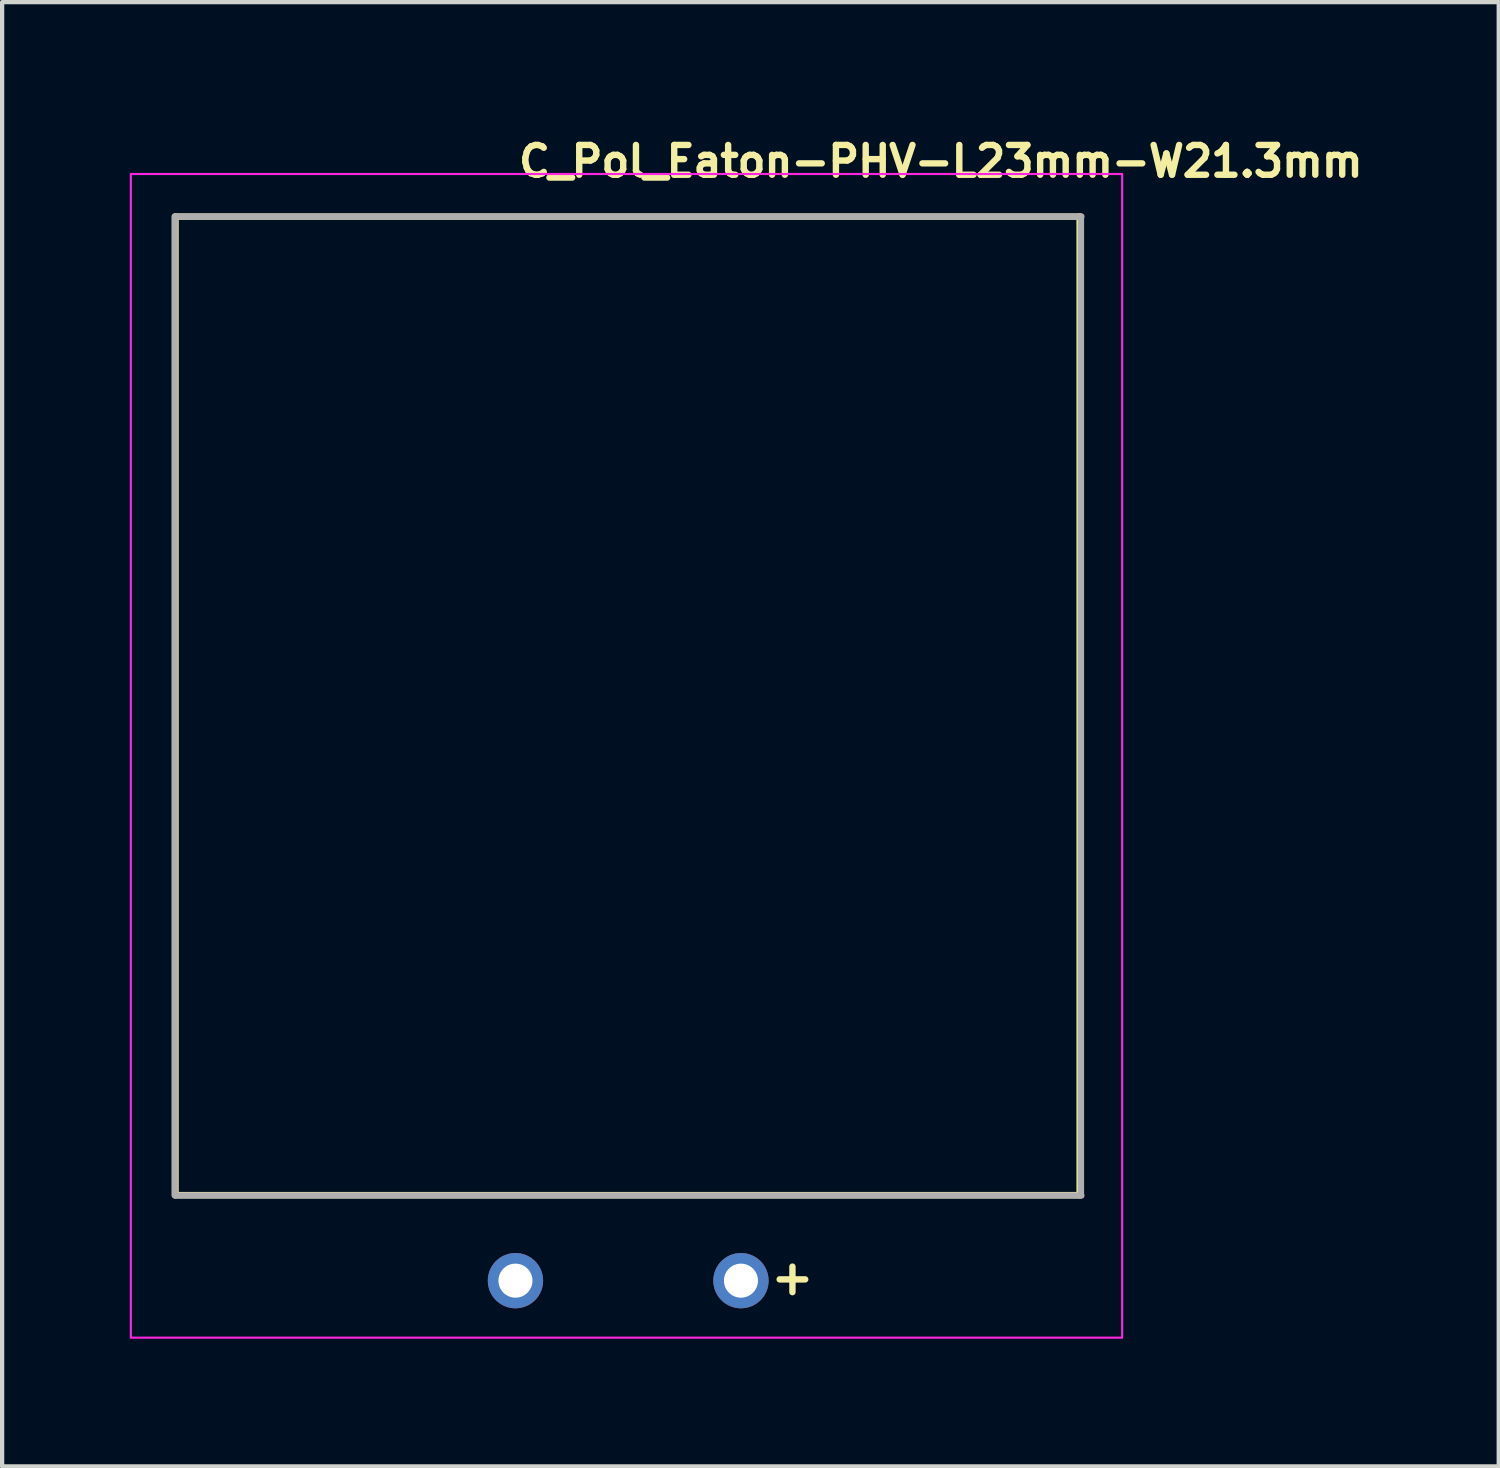
<source format=kicad_pcb>
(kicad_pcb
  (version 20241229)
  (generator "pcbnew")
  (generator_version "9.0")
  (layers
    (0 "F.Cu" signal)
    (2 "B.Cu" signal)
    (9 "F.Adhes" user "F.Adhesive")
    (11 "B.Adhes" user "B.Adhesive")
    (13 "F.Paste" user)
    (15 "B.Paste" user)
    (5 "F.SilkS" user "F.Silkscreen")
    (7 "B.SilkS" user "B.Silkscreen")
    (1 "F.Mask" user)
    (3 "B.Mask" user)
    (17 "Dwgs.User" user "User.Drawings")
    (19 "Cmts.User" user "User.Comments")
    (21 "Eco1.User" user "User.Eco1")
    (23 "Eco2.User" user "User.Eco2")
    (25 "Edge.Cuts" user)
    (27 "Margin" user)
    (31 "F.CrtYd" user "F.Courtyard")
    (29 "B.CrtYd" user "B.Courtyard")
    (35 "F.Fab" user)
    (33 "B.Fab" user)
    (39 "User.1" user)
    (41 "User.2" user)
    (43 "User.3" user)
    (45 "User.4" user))
  (footprint "C_Pol_Eaton-PHV-L23mm-W21.3mm"
    (layer "F.Cu")
    (at 9.065 27.05)
    (property "Reference" "C_Pol_Eaton-PHV-L23mm-W21.3mm" (at 0 -25.9 0) (layer "F.SilkS") (effects (font (size 0.7 0.7) (thickness 0.15)) (justify left bottom)))
    (attr through_hole)
    (fp_line (start -7.99 -25.01) (end 13.26 -25.01) (stroke (width 0.15) (type solid)) (layer "F.SilkS"))
    (fp_line (start -7.99 -2.01) (end -7.99 -25.01) (stroke (width 0.15) (type solid)) (layer "F.SilkS"))
    (fp_line (start 6.51 -0.33) (end 6.51 0.27) (stroke (width 0.15) (type solid)) (layer "F.SilkS"))
    (fp_line (start 6.81 -0.03) (end 6.21 -0.03) (stroke (width 0.15) (type solid)) (layer "F.SilkS"))
    (fp_line (start 13.26 -25.01) (end 13.26 -2.01) (stroke (width 0.15) (type solid)) (layer "F.SilkS"))
    (fp_line (start 13.26 -2.01) (end -7.99 -2.01) (stroke (width 0.15) (type solid)) (layer "F.SilkS"))
    (fp_rect (start -9.04 -26.01) (end 14.26 1.34) (stroke (width 0.05) (type solid)) (fill no) (layer "F.CrtYd"))
    (fp_line (start -8.01 -2.01) (end -8.01 -25.01) (stroke (width 0.15) (type solid)) (layer "F.Fab"))
    (fp_line (start -8 -25.01) (end 13.3 -25.01) (stroke (width 0.15) (type solid)) (layer "F.Fab"))
    (fp_line (start 13.29 -25.01) (end 13.29 -2.01) (stroke (width 0.15) (type solid)) (layer "F.Fab"))
    (fp_line (start 13.3 -2) (end -8 -2) (stroke (width 0.15) (type solid)) (layer "F.Fab"))
    (fp_rect (start -8.04 -25.01) (end 13.26 -0.01) (stroke (width 0.1) (type solid)) (fill no) (layer "User.5"))
    (fp_line (start -8.02 -25) (end 13.28 -25) (stroke (width 0.02) (type solid)) (layer "User.9"))
    (fp_line (start -8.02 -2) (end -8.02 -25) (stroke (width 0.02) (type solid)) (layer "User.9"))
    (fp_line (start -0.299 -0.015) (end -0.299 0) (stroke (width 0.02) (type solid)) (layer "User.9"))
    (fp_line (start -0.299 0) (end -0.299 0) (stroke (width 0.02) (type solid)) (layer "User.9"))
    (fp_line (start -0.299 0) (end -0.299 0.015) (stroke (width 0.02) (type solid)) (layer "User.9"))
    (fp_line (start -0.299 0.015) (end -0.298 0.03) (stroke (width 0.02) (type solid)) (layer "User.9"))
    (fp_line (start -0.298 -0.03) (end -0.299 -0.015) (stroke (width 0.02) (type solid)) (layer "User.9"))
    (fp_line (start -0.298 0.03) (end -0.296 0.045) (stroke (width 0.02) (type solid)) (layer "User.9"))
    (fp_line (start -0.296 -0.045) (end -0.298 -0.03) (stroke (width 0.02) (type solid)) (layer "User.9"))
    (fp_line (start -0.296 0.045) (end -0.293 0.06) (stroke (width 0.02) (type solid)) (layer "User.9"))
    (fp_line (start -0.293 -0.06) (end -0.296 -0.045) (stroke (width 0.02) (type solid)) (layer "User.9"))
    (fp_line (start -0.293 0.06) (end -0.29 0.074) (stroke (width 0.02) (type solid)) (layer "User.9"))
    (fp_line (start -0.29 -0.074) (end -0.293 -0.06) (stroke (width 0.02) (type solid)) (layer "User.9"))
    (fp_line (start -0.29 0.074) (end -0.286 0.089) (stroke (width 0.02) (type solid)) (layer "User.9"))
    (fp_line (start -0.286 -0.089) (end -0.29 -0.074) (stroke (width 0.02) (type solid)) (layer "User.9"))
    (fp_line (start -0.286 0.089) (end -0.281 0.103) (stroke (width 0.02) (type solid)) (layer "User.9"))
    (fp_line (start -0.281 -0.103) (end -0.286 -0.089) (stroke (width 0.02) (type solid)) (layer "User.9"))
    (fp_line (start -0.281 0.103) (end -0.276 0.116) (stroke (width 0.02) (type solid)) (layer "User.9"))
    (fp_line (start -0.276 -0.116) (end -0.281 -0.103) (stroke (width 0.02) (type solid)) (layer "User.9"))
    (fp_line (start -0.276 0.116) (end -0.27 0.13) (stroke (width 0.02) (type solid)) (layer "User.9"))
    (fp_line (start -0.27 -0.13) (end -0.276 -0.116) (stroke (width 0.02) (type solid)) (layer "User.9"))
    (fp_line (start -0.27 0.13) (end -0.262 0.142) (stroke (width 0.02) (type solid)) (layer "User.9"))
    (fp_line (start -0.262 -0.142) (end -0.27 -0.13) (stroke (width 0.02) (type solid)) (layer "User.9"))
    (fp_line (start -0.262 0.142) (end -0.256 0.155) (stroke (width 0.02) (type solid)) (layer "User.9"))
    (fp_line (start -0.256 -0.155) (end -0.262 -0.142) (stroke (width 0.02) (type solid)) (layer "User.9"))
    (fp_line (start -0.256 0.155) (end -0.248 0.167) (stroke (width 0.02) (type solid)) (layer "User.9"))
    (fp_line (start -0.248 -0.167) (end -0.256 -0.155) (stroke (width 0.02) (type solid)) (layer "User.9"))
    (fp_line (start -0.248 0.167) (end -0.24 0.179) (stroke (width 0.02) (type solid)) (layer "User.9"))
    (fp_line (start -0.24 -0.179) (end -0.248 -0.167) (stroke (width 0.02) (type solid)) (layer "User.9"))
    (fp_line (start -0.24 0.179) (end -0.23 0.19) (stroke (width 0.02) (type solid)) (layer "User.9"))
    (fp_line (start -0.23 -0.19) (end -0.24 -0.179) (stroke (width 0.02) (type solid)) (layer "User.9"))
    (fp_line (start -0.23 0.19) (end -0.222 0.201) (stroke (width 0.02) (type solid)) (layer "User.9"))
    (fp_line (start -0.222 -0.201) (end -0.23 -0.19) (stroke (width 0.02) (type solid)) (layer "User.9"))
    (fp_line (start -0.222 0.201) (end -0.212 0.212) (stroke (width 0.02) (type solid)) (layer "User.9"))
    (fp_line (start -0.212 -0.212) (end -0.222 -0.201) (stroke (width 0.02) (type solid)) (layer "User.9"))
    (fp_line (start -0.212 0.212) (end -0.201 0.222) (stroke (width 0.02) (type solid)) (layer "User.9"))
    (fp_line (start -0.201 -0.222) (end -0.212 -0.212) (stroke (width 0.02) (type solid)) (layer "User.9"))
    (fp_line (start -0.201 0.222) (end -0.19 0.231) (stroke (width 0.02) (type solid)) (layer "User.9"))
    (fp_line (start -0.19 -0.231) (end -0.201 -0.222) (stroke (width 0.02) (type solid)) (layer "User.9"))
    (fp_line (start -0.19 0.231) (end -0.179 0.24) (stroke (width 0.02) (type solid)) (layer "User.9"))
    (fp_line (start -0.179 -0.24) (end -0.19 -0.231) (stroke (width 0.02) (type solid)) (layer "User.9"))
    (fp_line (start -0.179 0.24) (end -0.167 0.248) (stroke (width 0.02) (type solid)) (layer "User.9"))
    (fp_line (start -0.167 -0.248) (end -0.179 -0.24) (stroke (width 0.02) (type solid)) (layer "User.9"))
    (fp_line (start -0.167 0.248) (end -0.155 0.256) (stroke (width 0.02) (type solid)) (layer "User.9"))
    (fp_line (start -0.155 -0.256) (end -0.167 -0.248) (stroke (width 0.02) (type solid)) (layer "User.9"))
    (fp_line (start -0.155 0.256) (end -0.142 0.263) (stroke (width 0.02) (type solid)) (layer "User.9"))
    (fp_line (start -0.142 -0.263) (end -0.155 -0.256) (stroke (width 0.02) (type solid)) (layer "User.9"))
    (fp_line (start -0.142 0.263) (end -0.129 0.27) (stroke (width 0.02) (type solid)) (layer "User.9"))
    (fp_line (start -0.129 -0.27) (end -0.142 -0.263) (stroke (width 0.02) (type solid)) (layer "User.9"))
    (fp_line (start -0.129 0.27) (end -0.116 0.276) (stroke (width 0.02) (type solid)) (layer "User.9"))
    (fp_line (start -0.116 -0.276) (end -0.129 -0.27) (stroke (width 0.02) (type solid)) (layer "User.9"))
    (fp_line (start -0.116 0.276) (end -0.103 0.281) (stroke (width 0.02) (type solid)) (layer "User.9"))
    (fp_line (start -0.103 -0.281) (end -0.116 -0.276) (stroke (width 0.02) (type solid)) (layer "User.9"))
    (fp_line (start -0.103 0.281) (end -0.089 0.286) (stroke (width 0.02) (type solid)) (layer "User.9"))
    (fp_line (start -0.089 -0.286) (end -0.103 -0.281) (stroke (width 0.02) (type solid)) (layer "User.9"))
    (fp_line (start -0.089 0.286) (end -0.074 0.29) (stroke (width 0.02) (type solid)) (layer "User.9"))
    (fp_line (start -0.074 -0.29) (end -0.089 -0.286) (stroke (width 0.02) (type solid)) (layer "User.9"))
    (fp_line (start -0.074 0.29) (end -0.06 0.293) (stroke (width 0.02) (type solid)) (layer "User.9"))
    (fp_line (start -0.06 -0.293) (end -0.074 -0.29) (stroke (width 0.02) (type solid)) (layer "User.9"))
    (fp_line (start -0.06 0.293) (end -0.044 0.296) (stroke (width 0.02) (type solid)) (layer "User.9"))
    (fp_line (start -0.044 -0.296) (end -0.06 -0.293) (stroke (width 0.02) (type solid)) (layer "User.9"))
    (fp_line (start -0.044 0.296) (end -0.03 0.298) (stroke (width 0.02) (type solid)) (layer "User.9"))
    (fp_line (start -0.03 -0.298) (end -0.044 -0.296) (stroke (width 0.02) (type solid)) (layer "User.9"))
    (fp_line (start -0.03 0.298) (end -0.015 0.299) (stroke (width 0.02) (type solid)) (layer "User.9"))
    (fp_line (start -0.015 -0.299) (end -0.03 -0.298) (stroke (width 0.02) (type solid)) (layer "User.9"))
    (fp_line (start -0.015 0.299) (end 0 0.3) (stroke (width 0.02) (type solid)) (layer "User.9"))
    (fp_line (start 0 -0.3) (end -0.015 -0.299) (stroke (width 0.02) (type solid)) (layer "User.9"))
    (fp_line (start 0 -0.3) (end 0 -0.3) (stroke (width 0.02) (type solid)) (layer "User.9"))
    (fp_line (start 0 0.3) (end 0 0.3) (stroke (width 0.02) (type solid)) (layer "User.9"))
    (fp_line (start 0 0.3) (end 0.016 0.299) (stroke (width 0.02) (type solid)) (layer "User.9"))
    (fp_line (start 0.016 -0.299) (end 0 -0.3) (stroke (width 0.02) (type solid)) (layer "User.9"))
    (fp_line (start 0.016 0.299) (end 0.03 0.298) (stroke (width 0.02) (type solid)) (layer "User.9"))
    (fp_line (start 0.03 -0.298) (end 0.016 -0.299) (stroke (width 0.02) (type solid)) (layer "User.9"))
    (fp_line (start 0.03 0.298) (end 0.045 0.296) (stroke (width 0.02) (type solid)) (layer "User.9"))
    (fp_line (start 0.045 -0.296) (end 0.03 -0.298) (stroke (width 0.02) (type solid)) (layer "User.9"))
    (fp_line (start 0.045 0.296) (end 0.06 0.293) (stroke (width 0.02) (type solid)) (layer "User.9"))
    (fp_line (start 0.06 -0.293) (end 0.045 -0.296) (stroke (width 0.02) (type solid)) (layer "User.9"))
    (fp_line (start 0.06 0.293) (end 0.074 0.29) (stroke (width 0.02) (type solid)) (layer "User.9"))
    (fp_line (start 0.074 -0.29) (end 0.06 -0.293) (stroke (width 0.02) (type solid)) (layer "User.9"))
    (fp_line (start 0.074 0.29) (end 0.089 0.286) (stroke (width 0.02) (type solid)) (layer "User.9"))
    (fp_line (start 0.089 -0.286) (end 0.074 -0.29) (stroke (width 0.02) (type solid)) (layer "User.9"))
    (fp_line (start 0.089 0.286) (end 0.104 0.281) (stroke (width 0.02) (type solid)) (layer "User.9"))
    (fp_line (start 0.104 -0.281) (end 0.089 -0.286) (stroke (width 0.02) (type solid)) (layer "User.9"))
    (fp_line (start 0.104 0.281) (end 0.116 0.276) (stroke (width 0.02) (type solid)) (layer "User.9"))
    (fp_line (start 0.116 -0.276) (end 0.104 -0.281) (stroke (width 0.02) (type solid)) (layer "User.9"))
    (fp_line (start 0.116 0.276) (end 0.13 0.27) (stroke (width 0.02) (type solid)) (layer "User.9"))
    (fp_line (start 0.13 -0.27) (end 0.116 -0.276) (stroke (width 0.02) (type solid)) (layer "User.9"))
    (fp_line (start 0.13 0.27) (end 0.142 0.263) (stroke (width 0.02) (type solid)) (layer "User.9"))
    (fp_line (start 0.142 -0.263) (end 0.13 -0.27) (stroke (width 0.02) (type solid)) (layer "User.9"))
    (fp_line (start 0.142 0.263) (end 0.155 0.256) (stroke (width 0.02) (type solid)) (layer "User.9"))
    (fp_line (start 0.155 -0.256) (end 0.142 -0.263) (stroke (width 0.02) (type solid)) (layer "User.9"))
    (fp_line (start 0.155 0.256) (end 0.168 0.248) (stroke (width 0.02) (type solid)) (layer "User.9"))
    (fp_line (start 0.168 -0.248) (end 0.155 -0.256) (stroke (width 0.02) (type solid)) (layer "User.9"))
    (fp_line (start 0.168 0.248) (end 0.179 0.24) (stroke (width 0.02) (type solid)) (layer "User.9"))
    (fp_line (start 0.179 -0.24) (end 0.168 -0.248) (stroke (width 0.02) (type solid)) (layer "User.9"))
    (fp_line (start 0.179 0.24) (end 0.19 0.231) (stroke (width 0.02) (type solid)) (layer "User.9"))
    (fp_line (start 0.19 -0.231) (end 0.179 -0.24) (stroke (width 0.02) (type solid)) (layer "User.9"))
    (fp_line (start 0.19 0.231) (end 0.201 0.222) (stroke (width 0.02) (type solid)) (layer "User.9"))
    (fp_line (start 0.201 -0.222) (end 0.19 -0.231) (stroke (width 0.02) (type solid)) (layer "User.9"))
    (fp_line (start 0.201 0.222) (end 0.213 0.212) (stroke (width 0.02) (type solid)) (layer "User.9"))
    (fp_line (start 0.213 -0.212) (end 0.201 -0.222) (stroke (width 0.02) (type solid)) (layer "User.9"))
    (fp_line (start 0.213 0.212) (end 0.222 0.201) (stroke (width 0.02) (type solid)) (layer "User.9"))
    (fp_line (start 0.222 -0.201) (end 0.213 -0.212) (stroke (width 0.02) (type solid)) (layer "User.9"))
    (fp_line (start 0.222 0.201) (end 0.231 0.19) (stroke (width 0.02) (type solid)) (layer "User.9"))
    (fp_line (start 0.231 -0.19) (end 0.222 -0.201) (stroke (width 0.02) (type solid)) (layer "User.9"))
    (fp_line (start 0.231 0.19) (end 0.24 0.179) (stroke (width 0.02) (type solid)) (layer "User.9"))
    (fp_line (start 0.24 -0.179) (end 0.231 -0.19) (stroke (width 0.02) (type solid)) (layer "User.9"))
    (fp_line (start 0.24 0.179) (end 0.248 0.167) (stroke (width 0.02) (type solid)) (layer "User.9"))
    (fp_line (start 0.248 -0.167) (end 0.24 -0.179) (stroke (width 0.02) (type solid)) (layer "User.9"))
    (fp_line (start 0.248 0.167) (end 0.256 0.155) (stroke (width 0.02) (type solid)) (layer "User.9"))
    (fp_line (start 0.256 -0.155) (end 0.248 -0.167) (stroke (width 0.02) (type solid)) (layer "User.9"))
    (fp_line (start 0.256 0.155) (end 0.263 0.142) (stroke (width 0.02) (type solid)) (layer "User.9"))
    (fp_line (start 0.263 -0.142) (end 0.256 -0.155) (stroke (width 0.02) (type solid)) (layer "User.9"))
    (fp_line (start 0.263 0.142) (end 0.27 0.13) (stroke (width 0.02) (type solid)) (layer "User.9"))
    (fp_line (start 0.27 -0.13) (end 0.263 -0.142) (stroke (width 0.02) (type solid)) (layer "User.9"))
    (fp_line (start 0.27 0.13) (end 0.277 0.116) (stroke (width 0.02) (type solid)) (layer "User.9"))
    (fp_line (start 0.277 -0.116) (end 0.27 -0.13) (stroke (width 0.02) (type solid)) (layer "User.9"))
    (fp_line (start 0.277 0.116) (end 0.282 0.103) (stroke (width 0.02) (type solid)) (layer "User.9"))
    (fp_line (start 0.282 -0.103) (end 0.277 -0.116) (stroke (width 0.02) (type solid)) (layer "User.9"))
    (fp_line (start 0.282 0.103) (end 0.286 0.089) (stroke (width 0.02) (type solid)) (layer "User.9"))
    (fp_line (start 0.286 -0.089) (end 0.282 -0.103) (stroke (width 0.02) (type solid)) (layer "User.9"))
    (fp_line (start 0.286 0.089) (end 0.29 0.074) (stroke (width 0.02) (type solid)) (layer "User.9"))
    (fp_line (start 0.29 -0.074) (end 0.286 -0.089) (stroke (width 0.02) (type solid)) (layer "User.9"))
    (fp_line (start 0.29 0.074) (end 0.293 0.06) (stroke (width 0.02) (type solid)) (layer "User.9"))
    (fp_line (start 0.293 -0.06) (end 0.29 -0.074) (stroke (width 0.02) (type solid)) (layer "User.9"))
    (fp_line (start 0.293 0.06) (end 0.296 0.045) (stroke (width 0.02) (type solid)) (layer "User.9"))
    (fp_line (start 0.296 -0.045) (end 0.293 -0.06) (stroke (width 0.02) (type solid)) (layer "User.9"))
    (fp_line (start 0.296 0.045) (end 0.298 0.03) (stroke (width 0.02) (type solid)) (layer "User.9"))
    (fp_line (start 0.298 -0.03) (end 0.296 -0.045) (stroke (width 0.02) (type solid)) (layer "User.9"))
    (fp_line (start 0.298 0.03) (end 0.299 0.015) (stroke (width 0.02) (type solid)) (layer "User.9"))
    (fp_line (start 0.299 -0.015) (end 0.298 -0.03) (stroke (width 0.02) (type solid)) (layer "User.9"))
    (fp_line (start 0.299 0) (end 0.299 -0.015) (stroke (width 0.02) (type solid)) (layer "User.9"))
    (fp_line (start 0.299 0) (end 0.299 0) (stroke (width 0.02) (type solid)) (layer "User.9"))
    (fp_line (start 0.299 0) (end 0.299 0) (stroke (width 0.02) (type solid)) (layer "User.9"))
    (fp_line (start 0.299 0.015) (end 0.299 0) (stroke (width 0.02) (type solid)) (layer "User.9"))
    (fp_line (start 5 -0.015) (end 5 0) (stroke (width 0.02) (type solid)) (layer "User.9"))
    (fp_line (start 5 0) (end 5 0) (stroke (width 0.02) (type solid)) (layer "User.9"))
    (fp_line (start 5 0) (end 5 0.015) (stroke (width 0.02) (type solid)) (layer "User.9"))
    (fp_line (start 5 0.015) (end 5.002 0.03) (stroke (width 0.02) (type solid)) (layer "User.9"))
    (fp_line (start 5.002 -0.03) (end 5 -0.015) (stroke (width 0.02) (type solid)) (layer "User.9"))
    (fp_line (start 5.002 0.03) (end 5.003 0.045) (stroke (width 0.02) (type solid)) (layer "User.9"))
    (fp_line (start 5.003 -0.045) (end 5.002 -0.03) (stroke (width 0.02) (type solid)) (layer "User.9"))
    (fp_line (start 5.003 0.045) (end 5.007 0.06) (stroke (width 0.02) (type solid)) (layer "User.9"))
    (fp_line (start 5.007 -0.06) (end 5.003 -0.045) (stroke (width 0.02) (type solid)) (layer "User.9"))
    (fp_line (start 5.007 0.06) (end 5.01 0.074) (stroke (width 0.02) (type solid)) (layer "User.9"))
    (fp_line (start 5.01 -0.074) (end 5.007 -0.06) (stroke (width 0.02) (type solid)) (layer "User.9"))
    (fp_line (start 5.01 0.074) (end 5.013 0.089) (stroke (width 0.02) (type solid)) (layer "User.9"))
    (fp_line (start 5.013 -0.089) (end 5.01 -0.074) (stroke (width 0.02) (type solid)) (layer "User.9"))
    (fp_line (start 5.013 0.089) (end 5.019 0.103) (stroke (width 0.02) (type solid)) (layer "User.9"))
    (fp_line (start 5.019 -0.103) (end 5.013 -0.089) (stroke (width 0.02) (type solid)) (layer "User.9"))
    (fp_line (start 5.019 0.103) (end 5.024 0.116) (stroke (width 0.02) (type solid)) (layer "User.9"))
    (fp_line (start 5.024 -0.116) (end 5.019 -0.103) (stroke (width 0.02) (type solid)) (layer "User.9"))
    (fp_line (start 5.024 0.116) (end 5.029 0.13) (stroke (width 0.02) (type solid)) (layer "User.9"))
    (fp_line (start 5.029 -0.13) (end 5.024 -0.116) (stroke (width 0.02) (type solid)) (layer "User.9"))
    (fp_line (start 5.029 0.13) (end 5.037 0.142) (stroke (width 0.02) (type solid)) (layer "User.9"))
    (fp_line (start 5.037 -0.142) (end 5.029 -0.13) (stroke (width 0.02) (type solid)) (layer "User.9"))
    (fp_line (start 5.037 0.142) (end 5.043 0.155) (stroke (width 0.02) (type solid)) (layer "User.9"))
    (fp_line (start 5.043 -0.155) (end 5.037 -0.142) (stroke (width 0.02) (type solid)) (layer "User.9"))
    (fp_line (start 5.043 0.155) (end 5.051 0.167) (stroke (width 0.02) (type solid)) (layer "User.9"))
    (fp_line (start 5.051 -0.167) (end 5.043 -0.155) (stroke (width 0.02) (type solid)) (layer "User.9"))
    (fp_line (start 5.051 0.167) (end 5.059 0.179) (stroke (width 0.02) (type solid)) (layer "User.9"))
    (fp_line (start 5.059 -0.179) (end 5.051 -0.167) (stroke (width 0.02) (type solid)) (layer "User.9"))
    (fp_line (start 5.059 0.179) (end 5.069 0.19) (stroke (width 0.02) (type solid)) (layer "User.9"))
    (fp_line (start 5.069 -0.19) (end 5.059 -0.179) (stroke (width 0.02) (type solid)) (layer "User.9"))
    (fp_line (start 5.069 0.19) (end 5.077 0.201) (stroke (width 0.02) (type solid)) (layer "User.9"))
    (fp_line (start 5.077 -0.201) (end 5.069 -0.19) (stroke (width 0.02) (type solid)) (layer "User.9"))
    (fp_line (start 5.077 0.201) (end 5.088 0.212) (stroke (width 0.02) (type solid)) (layer "User.9"))
    (fp_line (start 5.088 -0.212) (end 5.077 -0.201) (stroke (width 0.02) (type solid)) (layer "User.9"))
    (fp_line (start 5.088 0.212) (end 5.099 0.222) (stroke (width 0.02) (type solid)) (layer "User.9"))
    (fp_line (start 5.099 -0.222) (end 5.088 -0.212) (stroke (width 0.02) (type solid)) (layer "User.9"))
    (fp_line (start 5.099 0.222) (end 5.109 0.231) (stroke (width 0.02) (type solid)) (layer "User.9"))
    (fp_line (start 5.109 -0.231) (end 5.099 -0.222) (stroke (width 0.02) (type solid)) (layer "User.9"))
    (fp_line (start 5.109 0.231) (end 5.12 0.24) (stroke (width 0.02) (type solid)) (layer "User.9"))
    (fp_line (start 5.12 -0.24) (end 5.109 -0.231) (stroke (width 0.02) (type solid)) (layer "User.9"))
    (fp_line (start 5.12 0.24) (end 5.133 0.248) (stroke (width 0.02) (type solid)) (layer "User.9"))
    (fp_line (start 5.133 -0.248) (end 5.12 -0.24) (stroke (width 0.02) (type solid)) (layer "User.9"))
    (fp_line (start 5.133 0.248) (end 5.144 0.256) (stroke (width 0.02) (type solid)) (layer "User.9"))
    (fp_line (start 5.144 -0.256) (end 5.133 -0.248) (stroke (width 0.02) (type solid)) (layer "User.9"))
    (fp_line (start 5.144 0.256) (end 5.157 0.263) (stroke (width 0.02) (type solid)) (layer "User.9"))
    (fp_line (start 5.157 -0.263) (end 5.144 -0.256) (stroke (width 0.02) (type solid)) (layer "User.9"))
    (fp_line (start 5.157 0.263) (end 5.17 0.27) (stroke (width 0.02) (type solid)) (layer "User.9"))
    (fp_line (start 5.17 -0.27) (end 5.157 -0.263) (stroke (width 0.02) (type solid)) (layer "User.9"))
    (fp_line (start 5.17 0.27) (end 5.184 0.276) (stroke (width 0.02) (type solid)) (layer "User.9"))
    (fp_line (start 5.184 -0.276) (end 5.17 -0.27) (stroke (width 0.02) (type solid)) (layer "User.9"))
    (fp_line (start 5.184 0.276) (end 5.197 0.281) (stroke (width 0.02) (type solid)) (layer "User.9"))
    (fp_line (start 5.197 -0.281) (end 5.184 -0.276) (stroke (width 0.02) (type solid)) (layer "User.9"))
    (fp_line (start 5.197 0.281) (end 5.21 0.286) (stroke (width 0.02) (type solid)) (layer "User.9"))
    (fp_line (start 5.21 -0.286) (end 5.197 -0.281) (stroke (width 0.02) (type solid)) (layer "User.9"))
    (fp_line (start 5.21 0.286) (end 5.226 0.29) (stroke (width 0.02) (type solid)) (layer "User.9"))
    (fp_line (start 5.226 -0.29) (end 5.21 -0.286) (stroke (width 0.02) (type solid)) (layer "User.9"))
    (fp_line (start 5.226 0.29) (end 5.24 0.293) (stroke (width 0.02) (type solid)) (layer "User.9"))
    (fp_line (start 5.24 -0.293) (end 5.226 -0.29) (stroke (width 0.02) (type solid)) (layer "User.9"))
    (fp_line (start 5.24 0.293) (end 5.255 0.296) (stroke (width 0.02) (type solid)) (layer "User.9"))
    (fp_line (start 5.255 -0.296) (end 5.24 -0.293) (stroke (width 0.02) (type solid)) (layer "User.9"))
    (fp_line (start 5.255 0.296) (end 5.269 0.298) (stroke (width 0.02) (type solid)) (layer "User.9"))
    (fp_line (start 5.269 -0.298) (end 5.255 -0.296) (stroke (width 0.02) (type solid)) (layer "User.9"))
    (fp_line (start 5.269 0.298) (end 5.285 0.299) (stroke (width 0.02) (type solid)) (layer "User.9"))
    (fp_line (start 5.285 -0.299) (end 5.269 -0.298) (stroke (width 0.02) (type solid)) (layer "User.9"))
    (fp_line (start 5.285 0.299) (end 5.3 0.3) (stroke (width 0.02) (type solid)) (layer "User.9"))
    (fp_line (start 5.3 -0.3) (end 5.285 -0.299) (stroke (width 0.02) (type solid)) (layer "User.9"))
    (fp_line (start 5.3 -0.3) (end 5.3 -0.3) (stroke (width 0.02) (type solid)) (layer "User.9"))
    (fp_line (start 5.3 0.3) (end 5.3 0.3) (stroke (width 0.02) (type solid)) (layer "User.9"))
    (fp_line (start 5.3 0.3) (end 5.314 0.299) (stroke (width 0.02) (type solid)) (layer "User.9"))
    (fp_line (start 5.314 -0.299) (end 5.3 -0.3) (stroke (width 0.02) (type solid)) (layer "User.9"))
    (fp_line (start 5.314 0.299) (end 5.33 0.298) (stroke (width 0.02) (type solid)) (layer "User.9"))
    (fp_line (start 5.33 -0.298) (end 5.314 -0.299) (stroke (width 0.02) (type solid)) (layer "User.9"))
    (fp_line (start 5.33 0.298) (end 5.345 0.296) (stroke (width 0.02) (type solid)) (layer "User.9"))
    (fp_line (start 5.345 -0.296) (end 5.33 -0.298) (stroke (width 0.02) (type solid)) (layer "User.9"))
    (fp_line (start 5.345 0.296) (end 5.359 0.293) (stroke (width 0.02) (type solid)) (layer "User.9"))
    (fp_line (start 5.359 -0.293) (end 5.345 -0.296) (stroke (width 0.02) (type solid)) (layer "User.9"))
    (fp_line (start 5.359 0.293) (end 5.374 0.29) (stroke (width 0.02) (type solid)) (layer "User.9"))
    (fp_line (start 5.374 -0.29) (end 5.359 -0.293) (stroke (width 0.02) (type solid)) (layer "User.9"))
    (fp_line (start 5.374 0.29) (end 5.389 0.286) (stroke (width 0.02) (type solid)) (layer "User.9"))
    (fp_line (start 5.389 -0.286) (end 5.374 -0.29) (stroke (width 0.02) (type solid)) (layer "User.9"))
    (fp_line (start 5.389 0.286) (end 5.402 0.281) (stroke (width 0.02) (type solid)) (layer "User.9"))
    (fp_line (start 5.402 -0.281) (end 5.389 -0.286) (stroke (width 0.02) (type solid)) (layer "User.9"))
    (fp_line (start 5.402 0.281) (end 5.415 0.276) (stroke (width 0.02) (type solid)) (layer "User.9"))
    (fp_line (start 5.415 -0.276) (end 5.402 -0.281) (stroke (width 0.02) (type solid)) (layer "User.9"))
    (fp_line (start 5.415 0.276) (end 5.43 0.27) (stroke (width 0.02) (type solid)) (layer "User.9"))
    (fp_line (start 5.43 -0.27) (end 5.415 -0.276) (stroke (width 0.02) (type solid)) (layer "User.9"))
    (fp_line (start 5.43 0.27) (end 5.442 0.263) (stroke (width 0.02) (type solid)) (layer "User.9"))
    (fp_line (start 5.442 -0.263) (end 5.43 -0.27) (stroke (width 0.02) (type solid)) (layer "User.9"))
    (fp_line (start 5.442 0.263) (end 5.455 0.256) (stroke (width 0.02) (type solid)) (layer "User.9"))
    (fp_line (start 5.455 -0.256) (end 5.442 -0.263) (stroke (width 0.02) (type solid)) (layer "User.9"))
    (fp_line (start 5.455 0.256) (end 5.466 0.248) (stroke (width 0.02) (type solid)) (layer "User.9"))
    (fp_line (start 5.466 -0.248) (end 5.455 -0.256) (stroke (width 0.02) (type solid)) (layer "User.9"))
    (fp_line (start 5.466 0.248) (end 5.479 0.24) (stroke (width 0.02) (type solid)) (layer "User.9"))
    (fp_line (start 5.479 -0.24) (end 5.466 -0.248) (stroke (width 0.02) (type solid)) (layer "User.9"))
    (fp_line (start 5.479 0.24) (end 5.49 0.231) (stroke (width 0.02) (type solid)) (layer "User.9"))
    (fp_line (start 5.49 -0.231) (end 5.479 -0.24) (stroke (width 0.02) (type solid)) (layer "User.9"))
    (fp_line (start 5.49 0.231) (end 5.5 0.222) (stroke (width 0.02) (type solid)) (layer "User.9"))
    (fp_line (start 5.5 -0.222) (end 5.49 -0.231) (stroke (width 0.02) (type solid)) (layer "User.9"))
    (fp_line (start 5.5 0.222) (end 5.511 0.212) (stroke (width 0.02) (type solid)) (layer "User.9"))
    (fp_line (start 5.511 -0.212) (end 5.5 -0.222) (stroke (width 0.02) (type solid)) (layer "User.9"))
    (fp_line (start 5.511 0.212) (end 5.522 0.201) (stroke (width 0.02) (type solid)) (layer "User.9"))
    (fp_line (start 5.522 -0.201) (end 5.511 -0.212) (stroke (width 0.02) (type solid)) (layer "User.9"))
    (fp_line (start 5.522 0.201) (end 5.531 0.19) (stroke (width 0.02) (type solid)) (layer "User.9"))
    (fp_line (start 5.531 -0.19) (end 5.522 -0.201) (stroke (width 0.02) (type solid)) (layer "User.9"))
    (fp_line (start 5.531 0.19) (end 5.54 0.179) (stroke (width 0.02) (type solid)) (layer "User.9"))
    (fp_line (start 5.54 -0.179) (end 5.531 -0.19) (stroke (width 0.02) (type solid)) (layer "User.9"))
    (fp_line (start 5.54 0.179) (end 5.548 0.167) (stroke (width 0.02) (type solid)) (layer "User.9"))
    (fp_line (start 5.548 -0.167) (end 5.54 -0.179) (stroke (width 0.02) (type solid)) (layer "User.9"))
    (fp_line (start 5.548 0.167) (end 5.556 0.155) (stroke (width 0.02) (type solid)) (layer "User.9"))
    (fp_line (start 5.556 -0.155) (end 5.548 -0.167) (stroke (width 0.02) (type solid)) (layer "User.9"))
    (fp_line (start 5.556 0.155) (end 5.563 0.142) (stroke (width 0.02) (type solid)) (layer "User.9"))
    (fp_line (start 5.563 -0.142) (end 5.556 -0.155) (stroke (width 0.02) (type solid)) (layer "User.9"))
    (fp_line (start 5.563 0.142) (end 5.57 0.13) (stroke (width 0.02) (type solid)) (layer "User.9"))
    (fp_line (start 5.57 -0.13) (end 5.563 -0.142) (stroke (width 0.02) (type solid)) (layer "User.9"))
    (fp_line (start 5.57 0.13) (end 5.575 0.116) (stroke (width 0.02) (type solid)) (layer "User.9"))
    (fp_line (start 5.575 -0.116) (end 5.57 -0.13) (stroke (width 0.02) (type solid)) (layer "User.9"))
    (fp_line (start 5.575 0.116) (end 5.58 0.103) (stroke (width 0.02) (type solid)) (layer "User.9"))
    (fp_line (start 5.58 -0.103) (end 5.575 -0.116) (stroke (width 0.02) (type solid)) (layer "User.9"))
    (fp_line (start 5.58 0.103) (end 5.586 0.089) (stroke (width 0.02) (type solid)) (layer "User.9"))
    (fp_line (start 5.586 -0.089) (end 5.58 -0.103) (stroke (width 0.02) (type solid)) (layer "User.9"))
    (fp_line (start 5.586 0.089) (end 5.59 0.074) (stroke (width 0.02) (type solid)) (layer "User.9"))
    (fp_line (start 5.59 -0.074) (end 5.586 -0.089) (stroke (width 0.02) (type solid)) (layer "User.9"))
    (fp_line (start 5.59 0.074) (end 5.593 0.06) (stroke (width 0.02) (type solid)) (layer "User.9"))
    (fp_line (start 5.593 -0.06) (end 5.59 -0.074) (stroke (width 0.02) (type solid)) (layer "User.9"))
    (fp_line (start 5.593 0.06) (end 5.596 0.045) (stroke (width 0.02) (type solid)) (layer "User.9"))
    (fp_line (start 5.596 -0.045) (end 5.593 -0.06) (stroke (width 0.02) (type solid)) (layer "User.9"))
    (fp_line (start 5.596 0.045) (end 5.598 0.03) (stroke (width 0.02) (type solid)) (layer "User.9"))
    (fp_line (start 5.598 -0.03) (end 5.596 -0.045) (stroke (width 0.02) (type solid)) (layer "User.9"))
    (fp_line (start 5.598 0.03) (end 5.599 0.015) (stroke (width 0.02) (type solid)) (layer "User.9"))
    (fp_line (start 5.599 -0.015) (end 5.598 -0.03) (stroke (width 0.02) (type solid)) (layer "User.9"))
    (fp_line (start 5.599 0) (end 5.599 -0.015) (stroke (width 0.02) (type solid)) (layer "User.9"))
    (fp_line (start 5.599 0) (end 5.599 0) (stroke (width 0.02) (type solid)) (layer "User.9"))
    (fp_line (start 5.599 0) (end 5.599 0) (stroke (width 0.02) (type solid)) (layer "User.9"))
    (fp_line (start 5.599 0.015) (end 5.599 0) (stroke (width 0.02) (type solid)) (layer "User.9"))
    (fp_line (start 13.28 -25) (end 13.28 -2) (stroke (width 0.02) (type solid)) (layer "User.9"))
    (fp_line (start 13.28 -2) (end -8.02 -2) (stroke (width 0.02) (type solid)) (layer "User.9"))
    (pad "1" thru_hole circle (at 0 0) (size 1.3 1.3) (drill 0.8) (layers "*.Cu" "*.Mask"))
    (pad "2" thru_hole oval (at 5.3 0) (size 1.3 1.3) (drill 0.8) (layers "*.Cu" "*.Mask")))
  (gr_rect
    (start -3 -3)
    (end 32.175 31.415)
    (stroke (width 0.1) (type default))
    (fill no)
    (layer "Edge.Cuts")))
</source>
